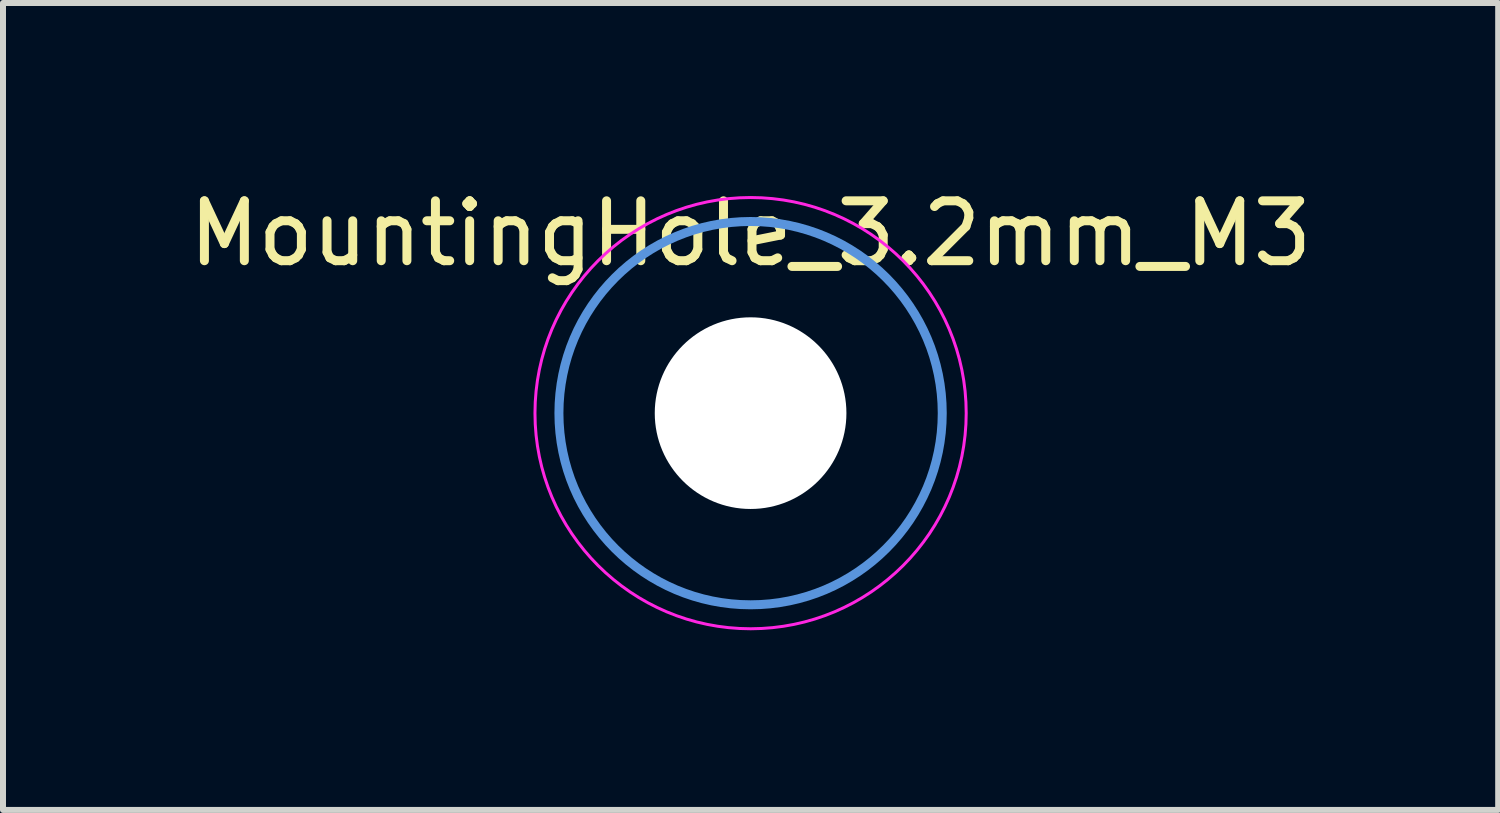
<source format=kicad_pcb>
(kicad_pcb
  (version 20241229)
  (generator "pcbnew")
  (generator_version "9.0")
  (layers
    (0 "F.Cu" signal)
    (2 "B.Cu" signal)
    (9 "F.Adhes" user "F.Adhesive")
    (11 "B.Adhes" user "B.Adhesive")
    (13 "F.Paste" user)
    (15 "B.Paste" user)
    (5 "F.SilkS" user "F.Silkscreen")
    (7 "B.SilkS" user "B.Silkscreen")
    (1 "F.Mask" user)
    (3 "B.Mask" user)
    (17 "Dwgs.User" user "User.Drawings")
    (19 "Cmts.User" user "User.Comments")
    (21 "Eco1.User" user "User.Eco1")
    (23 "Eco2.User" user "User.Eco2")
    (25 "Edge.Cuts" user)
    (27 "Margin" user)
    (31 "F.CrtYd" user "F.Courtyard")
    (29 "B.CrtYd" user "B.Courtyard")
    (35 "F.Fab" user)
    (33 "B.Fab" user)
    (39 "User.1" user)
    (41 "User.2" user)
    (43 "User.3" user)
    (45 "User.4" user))
  (footprint "MountingHole_3.2mm_M3"
    (layer "F.Cu")
    (at 9.482 3.848)
    (property "Reference" "MountingHole_3.2mm_M3" (at 0 -3 0) (layer "F.SilkS") (effects (font (size 1 1) (thickness 0.15))))
    (attr exclude_from_pos_files exclude_from_bom)
    (fp_circle (center 0 0) (end 3.2 0) (stroke (width 0.15) (type solid)) (fill no) (layer "Cmts.User"))
    (fp_circle (center 0 0) (end 3.6 0) (stroke (width 0.05) (type solid)) (fill no) (layer "F.CrtYd"))
    (pad "" np_thru_hole circle (at 0 0) (size 3.2 3.2) (drill 3.2) (layers "*.Cu" "*.Mask")))
  (gr_rect
    (start -3 -3)
    (end 21.964 10.473)
    (stroke (width 0.1) (type default))
    (fill no)
    (layer "Edge.Cuts")))
</source>
